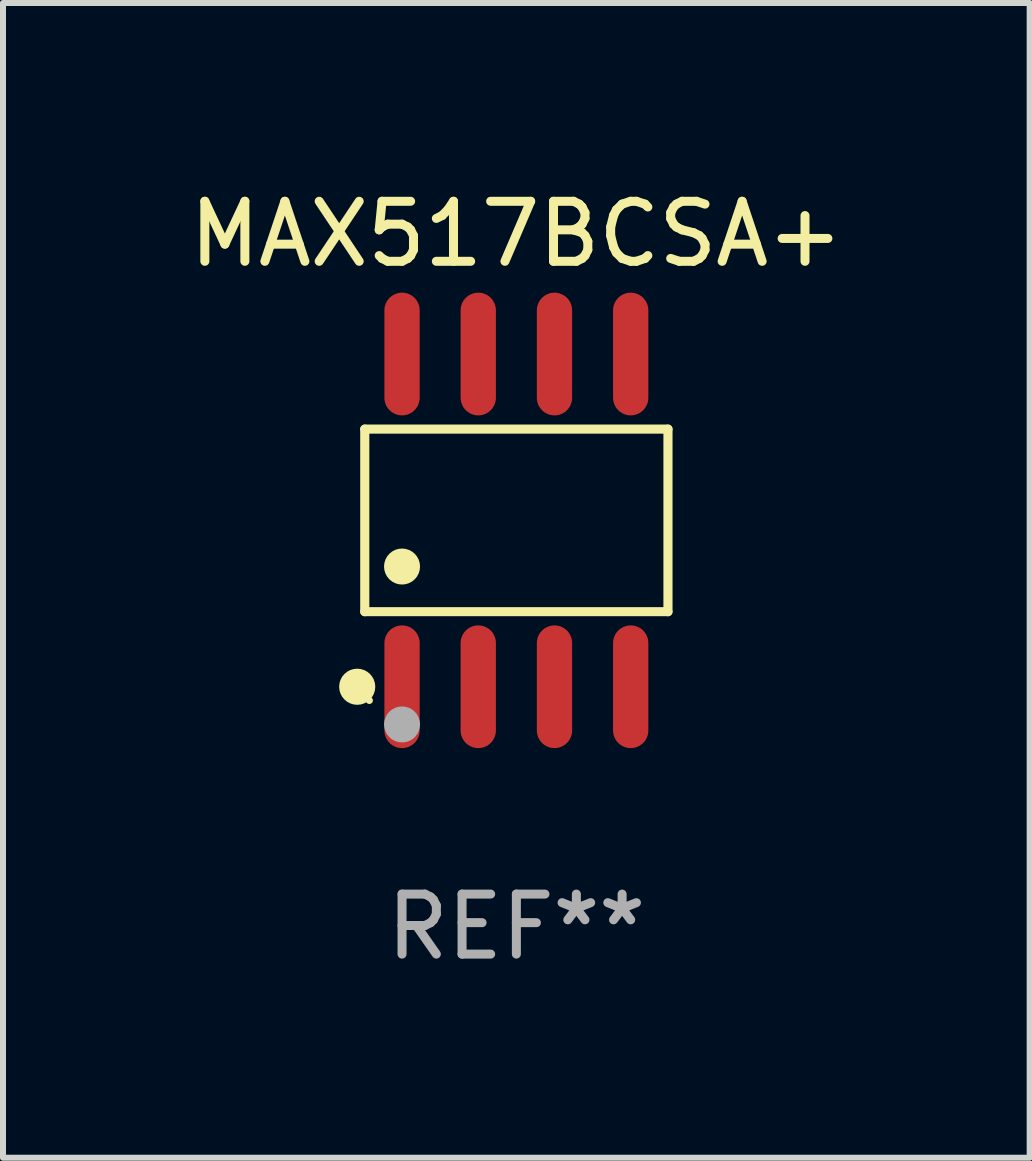
<source format=kicad_pcb>
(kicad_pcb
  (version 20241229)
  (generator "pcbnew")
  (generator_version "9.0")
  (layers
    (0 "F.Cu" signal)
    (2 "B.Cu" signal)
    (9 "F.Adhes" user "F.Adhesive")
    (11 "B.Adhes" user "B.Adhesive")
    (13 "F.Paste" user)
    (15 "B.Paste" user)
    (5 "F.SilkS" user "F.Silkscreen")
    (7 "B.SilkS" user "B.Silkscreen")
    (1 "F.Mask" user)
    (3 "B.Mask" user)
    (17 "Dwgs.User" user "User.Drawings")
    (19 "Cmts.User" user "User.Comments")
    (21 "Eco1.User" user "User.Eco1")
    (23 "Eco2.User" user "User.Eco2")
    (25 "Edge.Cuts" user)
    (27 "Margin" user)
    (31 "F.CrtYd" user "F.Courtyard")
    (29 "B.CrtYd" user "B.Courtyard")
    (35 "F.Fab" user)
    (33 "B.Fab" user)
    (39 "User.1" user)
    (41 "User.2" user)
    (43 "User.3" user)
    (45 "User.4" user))
  (footprint "MAX517BCSA+"
    (layer "F.Cu")
    (at 5.554 5.621)
    (property "Reference" "MAX517BCSA+" (at 0 -4.772 0) (layer "F.SilkS") (effects (font (size 1 1) (thickness 0.15))))
    (attr through_hole)
    (fp_line (start -2.526 -1.521) (end 2.526 -1.521) (stroke (width 0.152) (type solid)) (layer "F.SilkS"))
    (fp_line (start -2.526 1.521) (end -2.526 -1.521) (stroke (width 0.152) (type solid)) (layer "F.SilkS"))
    (fp_line (start 2.526 -1.521) (end 2.526 1.521) (stroke (width 0.152) (type solid)) (layer "F.SilkS"))
    (fp_line (start 2.526 1.521) (end -2.526 1.521) (stroke (width 0.152) (type solid)) (layer "F.SilkS"))
    (fp_circle (center -2.652 2.772) (end -2.501 2.772) (stroke (width 0.3) (type solid)) (fill no) (layer "F.SilkS"))
    (fp_circle (center -2.45 3) (end -2.42 3) (stroke (width 0.06) (type solid)) (fill no) (layer "F.SilkS"))
    (fp_circle (center -1.905 0.769) (end -1.755 0.769) (stroke (width 0.3) (type solid)) (fill no) (layer "F.SilkS"))
    (fp_circle (center -1.905 3.4) (end -1.755 3.4) (stroke (width 0.3) (type solid)) (fill no) (layer "F.Fab"))
    (fp_text user "REF**" (at 0 6.772 0) (layer "F.Fab") (effects (font (size 1 1) (thickness 0.15))))
    (pad "1" smd oval (at -1.905 2.772) (size 0.588 2.045) (layers "F.Cu" "F.Mask" "F.Paste"))
    (pad "2" smd oval (at -0.635 2.772) (size 0.588 2.045) (layers "F.Cu" "F.Mask" "F.Paste"))
    (pad "3" smd oval (at 0.635 2.772) (size 0.588 2.045) (layers "F.Cu" "F.Mask" "F.Paste"))
    (pad "4" smd oval (at 1.905 2.772) (size 0.588 2.045) (layers "F.Cu" "F.Mask" "F.Paste"))
    (pad "5" smd oval (at 1.905 -2.772) (size 0.588 2.045) (layers "F.Cu" "F.Mask" "F.Paste"))
    (pad "6" smd oval (at 0.635 -2.772) (size 0.588 2.045) (layers "F.Cu" "F.Mask" "F.Paste"))
    (pad "7" smd oval (at -0.635 -2.772) (size 0.588 2.045) (layers "F.Cu" "F.Mask" "F.Paste"))
    (pad "8" smd oval (at -1.905 -2.772) (size 0.588 2.045) (layers "F.Cu" "F.Mask" "F.Paste")))
  (gr_rect
    (start -3 -3)
    (end 14.107 16.241)
    (stroke (width 0.1) (type default))
    (fill no)
    (layer "Edge.Cuts")))
</source>
